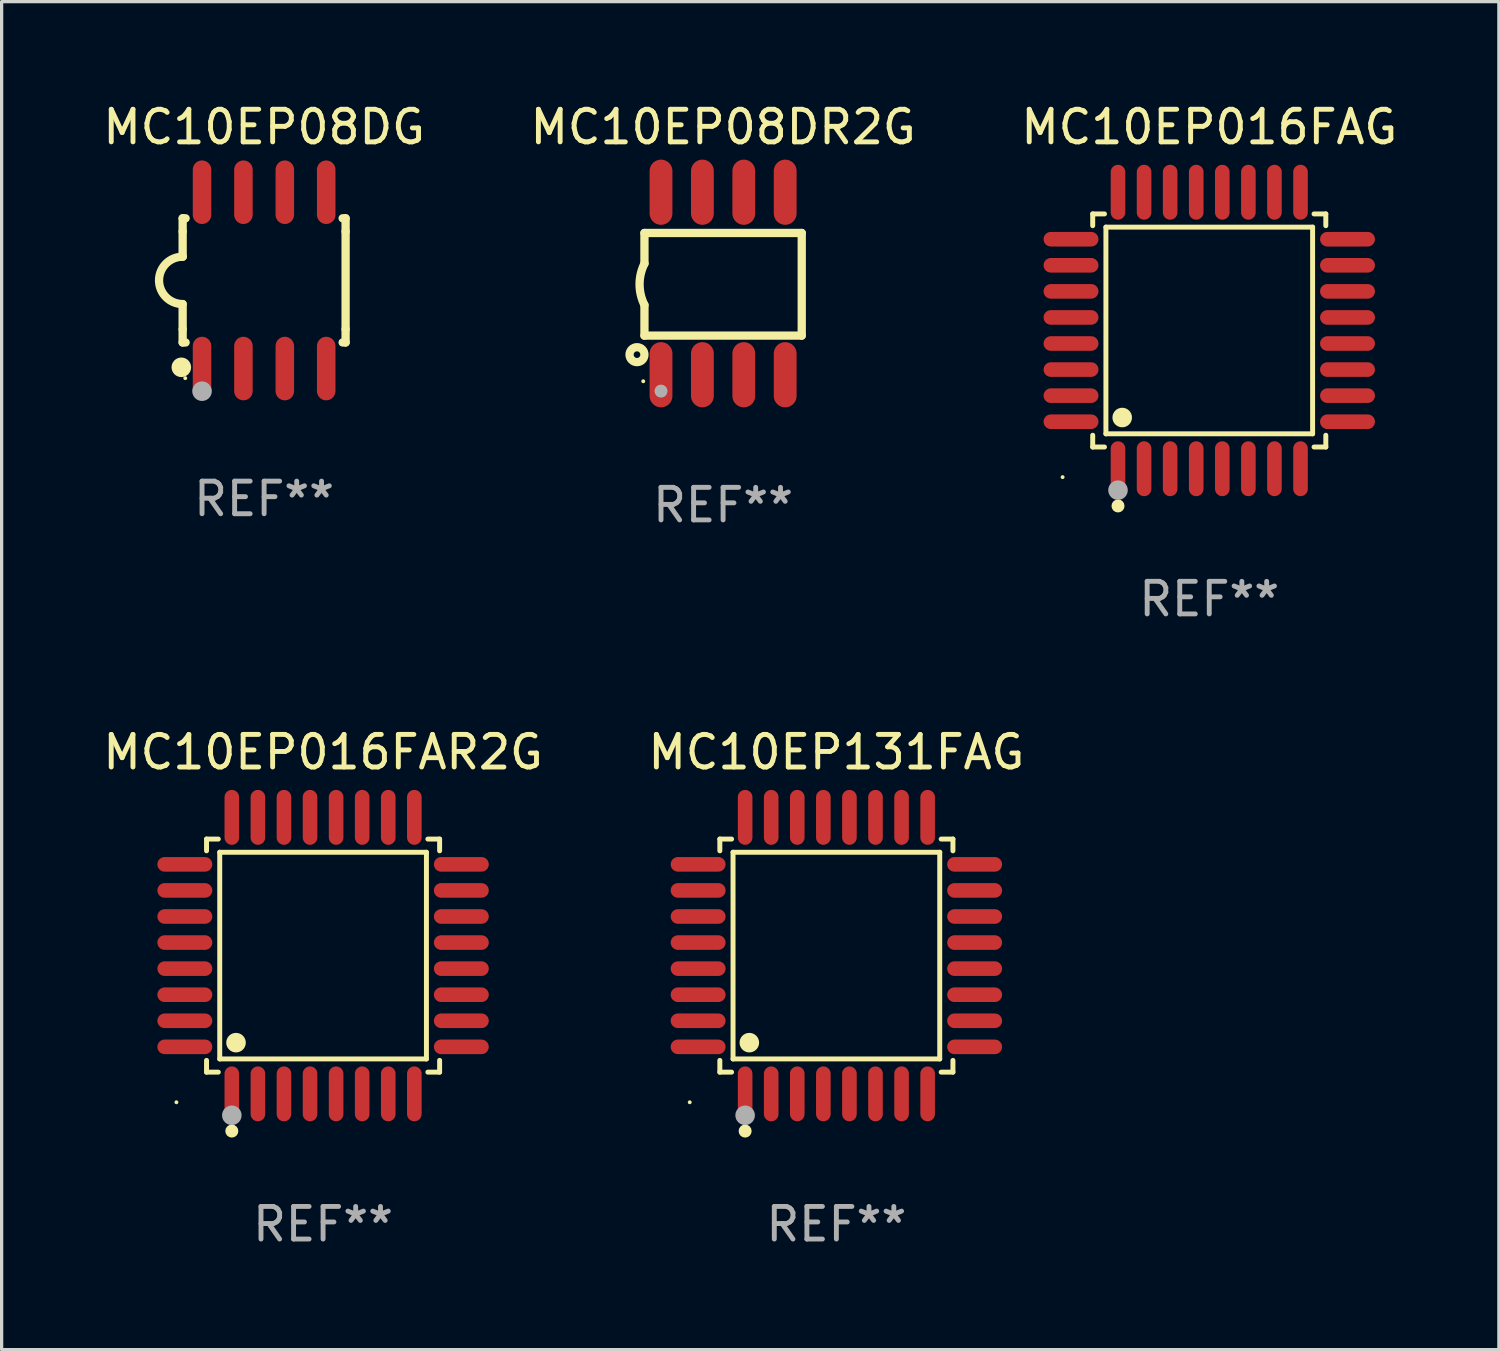
<source format=kicad_pcb>
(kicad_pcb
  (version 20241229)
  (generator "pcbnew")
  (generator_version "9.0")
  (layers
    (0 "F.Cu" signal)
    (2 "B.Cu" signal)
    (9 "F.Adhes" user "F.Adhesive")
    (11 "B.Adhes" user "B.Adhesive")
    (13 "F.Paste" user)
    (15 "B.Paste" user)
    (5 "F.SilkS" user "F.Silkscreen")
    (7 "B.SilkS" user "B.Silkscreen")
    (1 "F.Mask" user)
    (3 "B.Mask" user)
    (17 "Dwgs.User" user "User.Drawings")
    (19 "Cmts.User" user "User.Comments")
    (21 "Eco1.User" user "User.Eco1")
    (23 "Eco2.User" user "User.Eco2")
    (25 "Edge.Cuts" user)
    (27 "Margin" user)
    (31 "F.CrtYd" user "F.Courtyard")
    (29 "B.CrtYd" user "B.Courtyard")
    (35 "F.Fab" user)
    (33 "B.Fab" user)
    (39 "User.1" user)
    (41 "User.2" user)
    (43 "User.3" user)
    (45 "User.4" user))
  (footprint "MC10EP016FAR2G"
    (layer "F.Cu")
    (at 6.863 26.271)
    (property "Reference" "MC10EP016FAR2G" (at 0 -6.242 0) (layer "F.SilkS") (effects (font (size 1 1) (thickness 0.15))))
    (attr through_hole)
    (fp_line (start -3.576 -3.576) (end -3.215 -3.576) (stroke (width 0.152) (type solid)) (layer "F.SilkS"))
    (fp_line (start -3.576 -3.215) (end -3.576 -3.576) (stroke (width 0.152) (type solid)) (layer "F.SilkS"))
    (fp_line (start -3.576 3.215) (end -3.576 3.576) (stroke (width 0.152) (type solid)) (layer "F.SilkS"))
    (fp_line (start -3.576 3.576) (end -3.215 3.576) (stroke (width 0.152) (type solid)) (layer "F.SilkS"))
    (fp_line (start -3.171 -3.171) (end 3.171 -3.171) (stroke (width 0.152) (type solid)) (layer "F.SilkS"))
    (fp_line (start -3.171 3.171) (end -3.171 -3.171) (stroke (width 0.152) (type solid)) (layer "F.SilkS"))
    (fp_line (start 3.171 -3.171) (end 3.171 3.171) (stroke (width 0.152) (type solid)) (layer "F.SilkS"))
    (fp_line (start 3.171 3.171) (end -3.171 3.171) (stroke (width 0.152) (type solid)) (layer "F.SilkS"))
    (fp_line (start 3.576 -3.576) (end 3.215 -3.576) (stroke (width 0.152) (type solid)) (layer "F.SilkS"))
    (fp_line (start 3.576 -3.215) (end 3.576 -3.576) (stroke (width 0.152) (type solid)) (layer "F.SilkS"))
    (fp_line (start 3.576 3.215) (end 3.576 3.576) (stroke (width 0.152) (type solid)) (layer "F.SilkS"))
    (fp_line (start 3.576 3.576) (end 3.215 3.576) (stroke (width 0.152) (type solid)) (layer "F.SilkS"))
    (fp_circle (center -4.5 4.5) (end -4.47 4.5) (stroke (width 0.06) (type solid)) (fill no) (layer "F.SilkS"))
    (fp_circle (center -2.8 5.384) (end -2.7 5.384) (stroke (width 0.2) (type solid)) (fill no) (layer "F.SilkS"))
    (fp_circle (center -2.671 2.671) (end -2.521 2.671) (stroke (width 0.3) (type solid)) (fill no) (layer "F.SilkS"))
    (fp_circle (center -2.8 4.9) (end -2.65 4.9) (stroke (width 0.3) (type solid)) (fill no) (layer "F.Fab"))
    (fp_text user "REF**" (at 0 8.242 0) (layer "F.Fab") (effects (font (size 1 1) (thickness 0.15))))
    (pad "1" smd oval (at -2.8 4.242) (size 0.448 1.684) (layers "F.Cu" "F.Mask" "F.Paste"))
    (pad "2" smd oval (at -2 4.242) (size 0.448 1.684) (layers "F.Cu" "F.Mask" "F.Paste"))
    (pad "3" smd oval (at -1.2 4.242) (size 0.448 1.684) (layers "F.Cu" "F.Mask" "F.Paste"))
    (pad "4" smd oval (at -0.4 4.242) (size 0.448 1.684) (layers "F.Cu" "F.Mask" "F.Paste"))
    (pad "5" smd oval (at 0.4 4.242) (size 0.448 1.684) (layers "F.Cu" "F.Mask" "F.Paste"))
    (pad "6" smd oval (at 1.2 4.242) (size 0.448 1.684) (layers "F.Cu" "F.Mask" "F.Paste"))
    (pad "7" smd oval (at 2 4.242) (size 0.448 1.684) (layers "F.Cu" "F.Mask" "F.Paste"))
    (pad "8" smd oval (at 2.8 4.242) (size 0.448 1.684) (layers "F.Cu" "F.Mask" "F.Paste"))
    (pad "9" smd oval (at 4.242 2.8) (size 1.684 0.448) (layers "F.Cu" "F.Mask" "F.Paste"))
    (pad "10" smd oval (at 4.242 2) (size 1.684 0.448) (layers "F.Cu" "F.Mask" "F.Paste"))
    (pad "11" smd oval (at 4.242 1.2) (size 1.684 0.448) (layers "F.Cu" "F.Mask" "F.Paste"))
    (pad "12" smd oval (at 4.242 0.4) (size 1.684 0.448) (layers "F.Cu" "F.Mask" "F.Paste"))
    (pad "13" smd oval (at 4.242 -0.4) (size 1.684 0.448) (layers "F.Cu" "F.Mask" "F.Paste"))
    (pad "14" smd oval (at 4.242 -1.2) (size 1.684 0.448) (layers "F.Cu" "F.Mask" "F.Paste"))
    (pad "15" smd oval (at 4.242 -2) (size 1.684 0.448) (layers "F.Cu" "F.Mask" "F.Paste"))
    (pad "16" smd oval (at 4.242 -2.8) (size 1.684 0.448) (layers "F.Cu" "F.Mask" "F.Paste"))
    (pad "17" smd oval (at 2.8 -4.242) (size 0.448 1.684) (layers "F.Cu" "F.Mask" "F.Paste"))
    (pad "18" smd oval (at 2 -4.242) (size 0.448 1.684) (layers "F.Cu" "F.Mask" "F.Paste"))
    (pad "19" smd oval (at 1.2 -4.242) (size 0.448 1.684) (layers "F.Cu" "F.Mask" "F.Paste"))
    (pad "20" smd oval (at 0.4 -4.242) (size 0.448 1.684) (layers "F.Cu" "F.Mask" "F.Paste"))
    (pad "21" smd oval (at -0.4 -4.242) (size 0.448 1.684) (layers "F.Cu" "F.Mask" "F.Paste"))
    (pad "22" smd oval (at -1.2 -4.242) (size 0.448 1.684) (layers "F.Cu" "F.Mask" "F.Paste"))
    (pad "23" smd oval (at -2 -4.242) (size 0.448 1.684) (layers "F.Cu" "F.Mask" "F.Paste"))
    (pad "24" smd oval (at -2.8 -4.242) (size 0.448 1.684) (layers "F.Cu" "F.Mask" "F.Paste"))
    (pad "25" smd oval (at -4.242 -2.8) (size 1.684 0.448) (layers "F.Cu" "F.Mask" "F.Paste"))
    (pad "26" smd oval (at -4.242 -2) (size 1.684 0.448) (layers "F.Cu" "F.Mask" "F.Paste"))
    (pad "27" smd oval (at -4.242 -1.2) (size 1.684 0.448) (layers "F.Cu" "F.Mask" "F.Paste"))
    (pad "28" smd oval (at -4.242 -0.4) (size 1.684 0.448) (layers "F.Cu" "F.Mask" "F.Paste"))
    (pad "29" smd oval (at -4.242 0.4) (size 1.684 0.448) (layers "F.Cu" "F.Mask" "F.Paste"))
    (pad "30" smd oval (at -4.242 1.2) (size 1.684 0.448) (layers "F.Cu" "F.Mask" "F.Paste"))
    (pad "31" smd oval (at -4.242 2) (size 1.684 0.448) (layers "F.Cu" "F.Mask" "F.Paste"))
    (pad "32" smd oval (at -4.242 2.8) (size 1.684 0.448) (layers "F.Cu" "F.Mask" "F.Paste")))
  (footprint "MC10EP131FAG"
    (layer "F.Cu")
    (at 22.613 26.271)
    (property "Reference" "MC10EP131FAG" (at 0 -6.242 0) (layer "F.SilkS") (effects (font (size 1 1) (thickness 0.15))))
    (attr through_hole)
    (fp_line (start -3.576 -3.576) (end -3.215 -3.576) (stroke (width 0.152) (type solid)) (layer "F.SilkS"))
    (fp_line (start -3.576 -3.215) (end -3.576 -3.576) (stroke (width 0.152) (type solid)) (layer "F.SilkS"))
    (fp_line (start -3.576 3.215) (end -3.576 3.576) (stroke (width 0.152) (type solid)) (layer "F.SilkS"))
    (fp_line (start -3.576 3.576) (end -3.215 3.576) (stroke (width 0.152) (type solid)) (layer "F.SilkS"))
    (fp_line (start -3.171 -3.171) (end 3.171 -3.171) (stroke (width 0.152) (type solid)) (layer "F.SilkS"))
    (fp_line (start -3.171 3.171) (end -3.171 -3.171) (stroke (width 0.152) (type solid)) (layer "F.SilkS"))
    (fp_line (start 3.171 -3.171) (end 3.171 3.171) (stroke (width 0.152) (type solid)) (layer "F.SilkS"))
    (fp_line (start 3.171 3.171) (end -3.171 3.171) (stroke (width 0.152) (type solid)) (layer "F.SilkS"))
    (fp_line (start 3.576 -3.576) (end 3.215 -3.576) (stroke (width 0.152) (type solid)) (layer "F.SilkS"))
    (fp_line (start 3.576 -3.215) (end 3.576 -3.576) (stroke (width 0.152) (type solid)) (layer "F.SilkS"))
    (fp_line (start 3.576 3.215) (end 3.576 3.576) (stroke (width 0.152) (type solid)) (layer "F.SilkS"))
    (fp_line (start 3.576 3.576) (end 3.215 3.576) (stroke (width 0.152) (type solid)) (layer "F.SilkS"))
    (fp_circle (center -4.5 4.5) (end -4.47 4.5) (stroke (width 0.06) (type solid)) (fill no) (layer "F.SilkS"))
    (fp_circle (center -2.8 5.384) (end -2.7 5.384) (stroke (width 0.2) (type solid)) (fill no) (layer "F.SilkS"))
    (fp_circle (center -2.671 2.671) (end -2.521 2.671) (stroke (width 0.3) (type solid)) (fill no) (layer "F.SilkS"))
    (fp_circle (center -2.8 4.9) (end -2.65 4.9) (stroke (width 0.3) (type solid)) (fill no) (layer "F.Fab"))
    (fp_text user "REF**" (at 0 8.242 0) (layer "F.Fab") (effects (font (size 1 1) (thickness 0.15))))
    (pad "1" smd oval (at -2.8 4.242) (size 0.448 1.684) (layers "F.Cu" "F.Mask" "F.Paste"))
    (pad "2" smd oval (at -2 4.242) (size 0.448 1.684) (layers "F.Cu" "F.Mask" "F.Paste"))
    (pad "3" smd oval (at -1.2 4.242) (size 0.448 1.684) (layers "F.Cu" "F.Mask" "F.Paste"))
    (pad "4" smd oval (at -0.4 4.242) (size 0.448 1.684) (layers "F.Cu" "F.Mask" "F.Paste"))
    (pad "5" smd oval (at 0.4 4.242) (size 0.448 1.684) (layers "F.Cu" "F.Mask" "F.Paste"))
    (pad "6" smd oval (at 1.2 4.242) (size 0.448 1.684) (layers "F.Cu" "F.Mask" "F.Paste"))
    (pad "7" smd oval (at 2 4.242) (size 0.448 1.684) (layers "F.Cu" "F.Mask" "F.Paste"))
    (pad "8" smd oval (at 2.8 4.242) (size 0.448 1.684) (layers "F.Cu" "F.Mask" "F.Paste"))
    (pad "9" smd oval (at 4.242 2.8) (size 1.684 0.448) (layers "F.Cu" "F.Mask" "F.Paste"))
    (pad "10" smd oval (at 4.242 2) (size 1.684 0.448) (layers "F.Cu" "F.Mask" "F.Paste"))
    (pad "11" smd oval (at 4.242 1.2) (size 1.684 0.448) (layers "F.Cu" "F.Mask" "F.Paste"))
    (pad "12" smd oval (at 4.242 0.4) (size 1.684 0.448) (layers "F.Cu" "F.Mask" "F.Paste"))
    (pad "13" smd oval (at 4.242 -0.4) (size 1.684 0.448) (layers "F.Cu" "F.Mask" "F.Paste"))
    (pad "14" smd oval (at 4.242 -1.2) (size 1.684 0.448) (layers "F.Cu" "F.Mask" "F.Paste"))
    (pad "15" smd oval (at 4.242 -2) (size 1.684 0.448) (layers "F.Cu" "F.Mask" "F.Paste"))
    (pad "16" smd oval (at 4.242 -2.8) (size 1.684 0.448) (layers "F.Cu" "F.Mask" "F.Paste"))
    (pad "17" smd oval (at 2.8 -4.242) (size 0.448 1.684) (layers "F.Cu" "F.Mask" "F.Paste"))
    (pad "18" smd oval (at 2 -4.242) (size 0.448 1.684) (layers "F.Cu" "F.Mask" "F.Paste"))
    (pad "19" smd oval (at 1.2 -4.242) (size 0.448 1.684) (layers "F.Cu" "F.Mask" "F.Paste"))
    (pad "20" smd oval (at 0.4 -4.242) (size 0.448 1.684) (layers "F.Cu" "F.Mask" "F.Paste"))
    (pad "21" smd oval (at -0.4 -4.242) (size 0.448 1.684) (layers "F.Cu" "F.Mask" "F.Paste"))
    (pad "22" smd oval (at -1.2 -4.242) (size 0.448 1.684) (layers "F.Cu" "F.Mask" "F.Paste"))
    (pad "23" smd oval (at -2 -4.242) (size 0.448 1.684) (layers "F.Cu" "F.Mask" "F.Paste"))
    (pad "24" smd oval (at -2.8 -4.242) (size 0.448 1.684) (layers "F.Cu" "F.Mask" "F.Paste"))
    (pad "25" smd oval (at -4.242 -2.8) (size 1.684 0.448) (layers "F.Cu" "F.Mask" "F.Paste"))
    (pad "26" smd oval (at -4.242 -2) (size 1.684 0.448) (layers "F.Cu" "F.Mask" "F.Paste"))
    (pad "27" smd oval (at -4.242 -1.2) (size 1.684 0.448) (layers "F.Cu" "F.Mask" "F.Paste"))
    (pad "28" smd oval (at -4.242 -0.4) (size 1.684 0.448) (layers "F.Cu" "F.Mask" "F.Paste"))
    (pad "29" smd oval (at -4.242 0.4) (size 1.684 0.448) (layers "F.Cu" "F.Mask" "F.Paste"))
    (pad "30" smd oval (at -4.242 1.2) (size 1.684 0.448) (layers "F.Cu" "F.Mask" "F.Paste"))
    (pad "31" smd oval (at -4.242 2) (size 1.684 0.448) (layers "F.Cu" "F.Mask" "F.Paste"))
    (pad "32" smd oval (at -4.242 2.8) (size 1.684 0.448) (layers "F.Cu" "F.Mask" "F.Paste")))
  (footprint "MC10EP016FAG"
    (layer "F.Cu")
    (at 34.054 7.09)
    (property "Reference" "MC10EP016FAG" (at 0 -6.242 0) (layer "F.SilkS") (effects (font (size 1 1) (thickness 0.15))))
    (attr through_hole)
    (fp_line (start -3.576 -3.576) (end -3.215 -3.576) (stroke (width 0.152) (type solid)) (layer "F.SilkS"))
    (fp_line (start -3.576 -3.215) (end -3.576 -3.576) (stroke (width 0.152) (type solid)) (layer "F.SilkS"))
    (fp_line (start -3.576 3.215) (end -3.576 3.576) (stroke (width 0.152) (type solid)) (layer "F.SilkS"))
    (fp_line (start -3.576 3.576) (end -3.215 3.576) (stroke (width 0.152) (type solid)) (layer "F.SilkS"))
    (fp_line (start -3.171 -3.171) (end 3.171 -3.171) (stroke (width 0.152) (type solid)) (layer "F.SilkS"))
    (fp_line (start -3.171 3.171) (end -3.171 -3.171) (stroke (width 0.152) (type solid)) (layer "F.SilkS"))
    (fp_line (start 3.171 -3.171) (end 3.171 3.171) (stroke (width 0.152) (type solid)) (layer "F.SilkS"))
    (fp_line (start 3.171 3.171) (end -3.171 3.171) (stroke (width 0.152) (type solid)) (layer "F.SilkS"))
    (fp_line (start 3.576 -3.576) (end 3.215 -3.576) (stroke (width 0.152) (type solid)) (layer "F.SilkS"))
    (fp_line (start 3.576 -3.215) (end 3.576 -3.576) (stroke (width 0.152) (type solid)) (layer "F.SilkS"))
    (fp_line (start 3.576 3.215) (end 3.576 3.576) (stroke (width 0.152) (type solid)) (layer "F.SilkS"))
    (fp_line (start 3.576 3.576) (end 3.215 3.576) (stroke (width 0.152) (type solid)) (layer "F.SilkS"))
    (fp_circle (center -4.5 4.5) (end -4.47 4.5) (stroke (width 0.06) (type solid)) (fill no) (layer "F.SilkS"))
    (fp_circle (center -2.8 5.384) (end -2.7 5.384) (stroke (width 0.2) (type solid)) (fill no) (layer "F.SilkS"))
    (fp_circle (center -2.671 2.671) (end -2.521 2.671) (stroke (width 0.3) (type solid)) (fill no) (layer "F.SilkS"))
    (fp_circle (center -2.8 4.9) (end -2.65 4.9) (stroke (width 0.3) (type solid)) (fill no) (layer "F.Fab"))
    (fp_text user "REF**" (at 0 8.242 0) (layer "F.Fab") (effects (font (size 1 1) (thickness 0.15))))
    (pad "1" smd oval (at -2.8 4.242) (size 0.448 1.684) (layers "F.Cu" "F.Mask" "F.Paste"))
    (pad "2" smd oval (at -2 4.242) (size 0.448 1.684) (layers "F.Cu" "F.Mask" "F.Paste"))
    (pad "3" smd oval (at -1.2 4.242) (size 0.448 1.684) (layers "F.Cu" "F.Mask" "F.Paste"))
    (pad "4" smd oval (at -0.4 4.242) (size 0.448 1.684) (layers "F.Cu" "F.Mask" "F.Paste"))
    (pad "5" smd oval (at 0.4 4.242) (size 0.448 1.684) (layers "F.Cu" "F.Mask" "F.Paste"))
    (pad "6" smd oval (at 1.2 4.242) (size 0.448 1.684) (layers "F.Cu" "F.Mask" "F.Paste"))
    (pad "7" smd oval (at 2 4.242) (size 0.448 1.684) (layers "F.Cu" "F.Mask" "F.Paste"))
    (pad "8" smd oval (at 2.8 4.242) (size 0.448 1.684) (layers "F.Cu" "F.Mask" "F.Paste"))
    (pad "9" smd oval (at 4.242 2.8) (size 1.684 0.448) (layers "F.Cu" "F.Mask" "F.Paste"))
    (pad "10" smd oval (at 4.242 2) (size 1.684 0.448) (layers "F.Cu" "F.Mask" "F.Paste"))
    (pad "11" smd oval (at 4.242 1.2) (size 1.684 0.448) (layers "F.Cu" "F.Mask" "F.Paste"))
    (pad "12" smd oval (at 4.242 0.4) (size 1.684 0.448) (layers "F.Cu" "F.Mask" "F.Paste"))
    (pad "13" smd oval (at 4.242 -0.4) (size 1.684 0.448) (layers "F.Cu" "F.Mask" "F.Paste"))
    (pad "14" smd oval (at 4.242 -1.2) (size 1.684 0.448) (layers "F.Cu" "F.Mask" "F.Paste"))
    (pad "15" smd oval (at 4.242 -2) (size 1.684 0.448) (layers "F.Cu" "F.Mask" "F.Paste"))
    (pad "16" smd oval (at 4.242 -2.8) (size 1.684 0.448) (layers "F.Cu" "F.Mask" "F.Paste"))
    (pad "17" smd oval (at 2.8 -4.242) (size 0.448 1.684) (layers "F.Cu" "F.Mask" "F.Paste"))
    (pad "18" smd oval (at 2 -4.242) (size 0.448 1.684) (layers "F.Cu" "F.Mask" "F.Paste"))
    (pad "19" smd oval (at 1.2 -4.242) (size 0.448 1.684) (layers "F.Cu" "F.Mask" "F.Paste"))
    (pad "20" smd oval (at 0.4 -4.242) (size 0.448 1.684) (layers "F.Cu" "F.Mask" "F.Paste"))
    (pad "21" smd oval (at -0.4 -4.242) (size 0.448 1.684) (layers "F.Cu" "F.Mask" "F.Paste"))
    (pad "22" smd oval (at -1.2 -4.242) (size 0.448 1.684) (layers "F.Cu" "F.Mask" "F.Paste"))
    (pad "23" smd oval (at -2 -4.242) (size 0.448 1.684) (layers "F.Cu" "F.Mask" "F.Paste"))
    (pad "24" smd oval (at -2.8 -4.242) (size 0.448 1.684) (layers "F.Cu" "F.Mask" "F.Paste"))
    (pad "25" smd oval (at -4.242 -2.8) (size 1.684 0.448) (layers "F.Cu" "F.Mask" "F.Paste"))
    (pad "26" smd oval (at -4.242 -2) (size 1.684 0.448) (layers "F.Cu" "F.Mask" "F.Paste"))
    (pad "27" smd oval (at -4.242 -1.2) (size 1.684 0.448) (layers "F.Cu" "F.Mask" "F.Paste"))
    (pad "28" smd oval (at -4.242 -0.4) (size 1.684 0.448) (layers "F.Cu" "F.Mask" "F.Paste"))
    (pad "29" smd oval (at -4.242 0.4) (size 1.684 0.448) (layers "F.Cu" "F.Mask" "F.Paste"))
    (pad "30" smd oval (at -4.242 1.2) (size 1.684 0.448) (layers "F.Cu" "F.Mask" "F.Paste"))
    (pad "31" smd oval (at -4.242 2) (size 1.684 0.448) (layers "F.Cu" "F.Mask" "F.Paste"))
    (pad "32" smd oval (at -4.242 2.8) (size 1.684 0.448) (layers "F.Cu" "F.Mask" "F.Paste")))
  (footprint "MC10EP08DG"
    (layer "F.Cu")
    (at 5.054 5.553)
    (property "Reference" "MC10EP08DG" (at 0 -4.705 0) (layer "F.SilkS") (effects (font (size 1 1) (thickness 0.15))))
    (attr through_hole)
    (fp_line (start -2.5 -1.905) (end -2.409 -1.905) (stroke (width 0.254) (type solid)) (layer "F.SilkS"))
    (fp_line (start -2.5 -1.5) (end -2.5 -1.905) (stroke (width 0.254) (type solid)) (layer "F.SilkS"))
    (fp_line (start -2.5 -1.5) (end -2.5 -0.726) (stroke (width 0.254) (type solid)) (layer "F.SilkS"))
    (fp_line (start -2.5 1.5) (end -2.5 0.727) (stroke (width 0.254) (type solid)) (layer "F.SilkS"))
    (fp_line (start -2.5 1.5) (end -2.5 1.905) (stroke (width 0.254) (type solid)) (layer "F.SilkS"))
    (fp_line (start -2.5 1.905) (end -2.409 1.905) (stroke (width 0.254) (type solid)) (layer "F.SilkS"))
    (fp_line (start 2.5 -1.905) (end 2.409 -1.905) (stroke (width 0.254) (type solid)) (layer "F.SilkS"))
    (fp_line (start 2.5 -1.5) (end 2.5 -1.905) (stroke (width 0.254) (type solid)) (layer "F.SilkS"))
    (fp_line (start 2.5 -1.5) (end 2.5 1.5) (stroke (width 0.254) (type solid)) (layer "F.SilkS"))
    (fp_line (start 2.5 1.5) (end 2.5 1.905) (stroke (width 0.254) (type solid)) (layer "F.SilkS"))
    (fp_line (start 2.5 1.905) (end 2.409 1.905) (stroke (width 0.254) (type solid)) (layer "F.SilkS"))
    (fp_arc (start -2.5 0.726568) (mid -3.220316 -0.0023) (end -2.495097 -0.726289) (stroke (width 0.254001) (type solid)) (layer "F.SilkS"))
    (fp_circle (center -2.54 2.667) (end -2.39 2.667) (stroke (width 0.3) (type solid)) (fill no) (layer "F.SilkS"))
    (fp_circle (center -2.42 3) (end -2.39 3) (stroke (width 0.06) (type solid)) (fill no) (layer "F.SilkS"))
    (fp_circle (center -1.905 3.4) (end -1.755 3.4) (stroke (width 0.3) (type solid)) (fill no) (layer "F.Fab"))
    (fp_text user "REF**" (at 0 6.705 0) (layer "F.Fab") (effects (font (size 1 1) (thickness 0.15))))
    (pad "1" smd oval (at -1.905 2.705) (size 0.568 1.95) (layers "F.Cu" "F.Mask" "F.Paste"))
    (pad "2" smd oval (at -0.635 2.705) (size 0.568 1.95) (layers "F.Cu" "F.Mask" "F.Paste"))
    (pad "3" smd oval (at 0.635 2.705) (size 0.568 1.95) (layers "F.Cu" "F.Mask" "F.Paste"))
    (pad "4" smd oval (at 1.905 2.705) (size 0.568 1.95) (layers "F.Cu" "F.Mask" "F.Paste"))
    (pad "5" smd oval (at 1.905 -2.705) (size 0.568 1.95) (layers "F.Cu" "F.Mask" "F.Paste"))
    (pad "6" smd oval (at 0.635 -2.705) (size 0.568 1.95) (layers "F.Cu" "F.Mask" "F.Paste"))
    (pad "7" smd oval (at -0.635 -2.705) (size 0.568 1.95) (layers "F.Cu" "F.Mask" "F.Paste"))
    (pad "8" smd oval (at -1.905 -2.705) (size 0.568 1.95) (layers "F.Cu" "F.Mask" "F.Paste")))
  (footprint "MC10EP08DR2G"
    (layer "F.Cu")
    (at 19.137 5.648)
    (property "Reference" "MC10EP08DR2G" (at 0 -4.8 0) (layer "F.SilkS") (effects (font (size 1 1) (thickness 0.15))))
    (attr through_hole)
    (fp_line (start -2.413 -1.55) (end -2.413 -0.61) (stroke (width 0.254) (type solid)) (layer "F.SilkS"))
    (fp_line (start -2.413 0.66) (end -2.413 1.6) (stroke (width 0.254) (type solid)) (layer "F.SilkS"))
    (fp_line (start -2.413 1.6) (end 2.413 1.6) (stroke (width 0.254) (type solid)) (layer "F.SilkS"))
    (fp_line (start 2.413 -1.55) (end -2.413 -1.55) (stroke (width 0.254) (type solid)) (layer "F.SilkS"))
    (fp_line (start 2.413 1.6) (end 2.413 -1.55) (stroke (width 0.254) (type solid)) (layer "F.SilkS"))
    (fp_arc (start -2.413005 0.6603) (mid -2.562909 0.025298) (end -2.413005 -0.609703) (stroke (width 0.254001) (type solid)) (layer "F.SilkS"))
    (fp_circle (center -2.642 2.184) (end -2.54 2.184) (stroke (width 0.254) (type solid)) (fill no) (layer "F.SilkS"))
    (fp_circle (center -2.45 3) (end -2.42 3) (stroke (width 0.06) (type solid)) (fill no) (layer "F.SilkS"))
    (fp_circle (center -1.905 3.302) (end -1.805 3.302) (stroke (width 0.2) (type solid)) (fill no) (layer "F.Fab"))
    (fp_text user "REF**" (at 0 6.8 0) (layer "F.Fab") (effects (font (size 1 1) (thickness 0.15))))
    (pad "1" smd oval (at -1.905 2.8 180) (size 0.7 2) (layers "F.Cu" "F.Mask" "F.Paste"))
    (pad "2" smd oval (at -0.635 2.8 180) (size 0.7 2) (layers "F.Cu" "F.Mask" "F.Paste"))
    (pad "3" smd oval (at 0.635 2.8 180) (size 0.7 2) (layers "F.Cu" "F.Mask" "F.Paste"))
    (pad "4" smd oval (at 1.905 2.8 180) (size 0.7 2) (layers "F.Cu" "F.Mask" "F.Paste"))
    (pad "5" smd oval (at 1.905 -2.8 180) (size 0.7 2) (layers "F.Cu" "F.Mask" "F.Paste"))
    (pad "6" smd oval (at 0.635 -2.8 180) (size 0.7 2) (layers "F.Cu" "F.Mask" "F.Paste"))
    (pad "7" smd oval (at -0.635 -2.8 180) (size 0.7 2) (layers "F.Cu" "F.Mask" "F.Paste"))
    (pad "8" smd oval (at -1.905 -2.8 180) (size 0.7 2) (layers "F.Cu" "F.Mask" "F.Paste")))
  (gr_rect
    (start -3 -3)
    (end 42.94 38.361)
    (stroke (width 0.1) (type default))
    (fill no)
    (layer "Edge.Cuts")))
</source>
